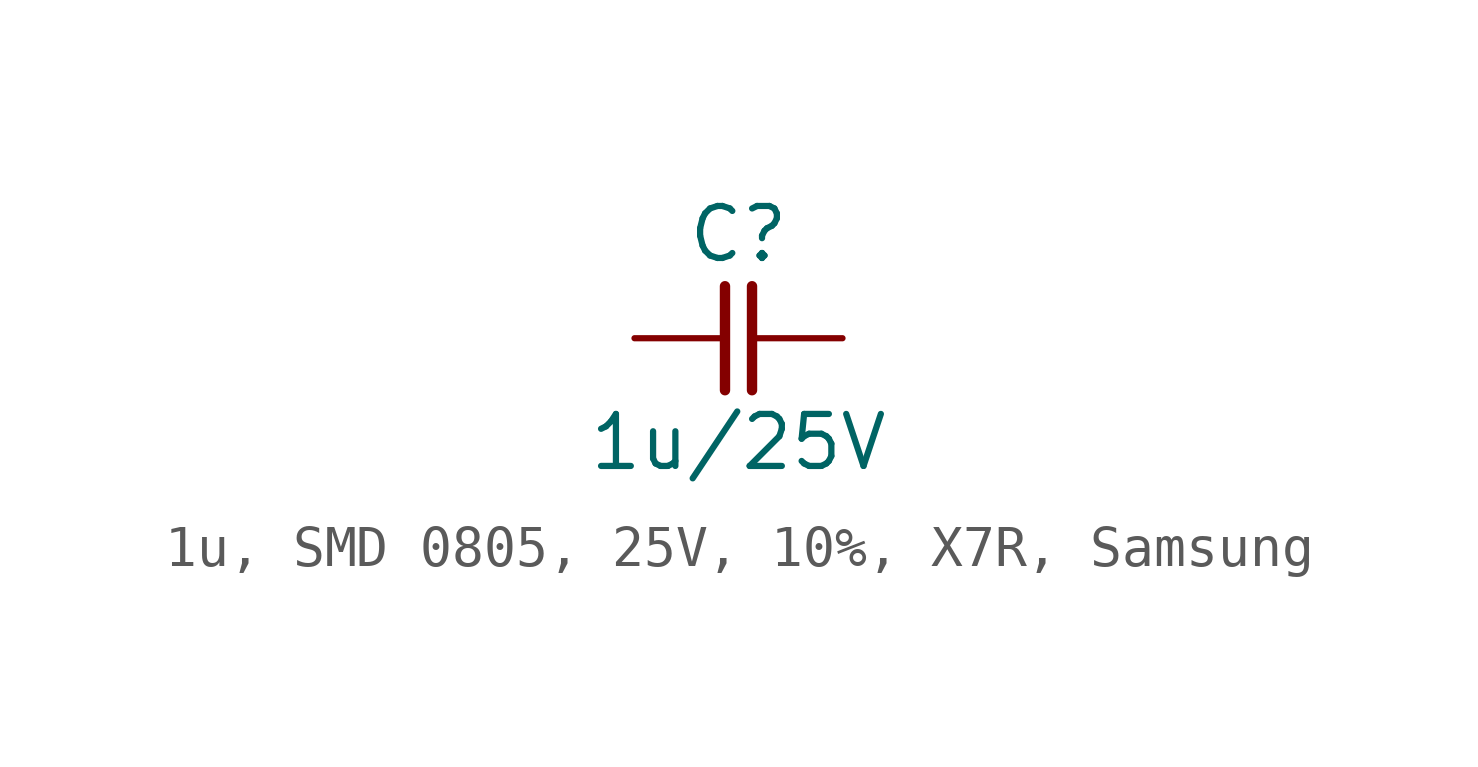
<source format=kicad_sym>
(kicad_symbol_lib
  (version 20241209)
  (generator "kicad_symbol_editor")
  (generator_version "9.0")
  (symbol "1u, SMD 0805, 25V, 10%, X7R, Samsung"
    (pin_numbers
      (hide yes))
    (pin_names
      (offset 0)
      (hide yes))
    (property "Reference" "C"
      (at 0 2.54 0)
      (effects (font (size 1.27 1.27))))
    (property "Value" "1u/25V"
      (at 0 -2.54 0)
      (effects (font (size 1.27 1.27))))
    (symbol "1u, SMD 0805, 25V, 10%, X7R, Samsung_0_1"
      (polyline (pts (xy -0.33 1.27) (xy -0.33 -1.27)) (stroke (width 0.254) (type default)) (fill (type none)))
      (polyline (pts (xy 0.33 1.27) (xy 0.33 -1.27)) (stroke (width 0.254) (type default)) (fill (type none))))
    (symbol "1u, SMD 0805, 25V, 10%, X7R, Samsung_1_1"
      (pin passive line (at -2.54 0 0) (length 2.21) (name "1" (effects (font (size 1.27 1.27)))) (number "1" (effects (font (size 1.27 1.27)))))
      (pin passive line (at 2.54 0 180) (length 2.21) (name "2" (effects (font (size 1.27 1.27)))) (number "2" (effects (font (size 1.27 1.27))))))))
</source>
